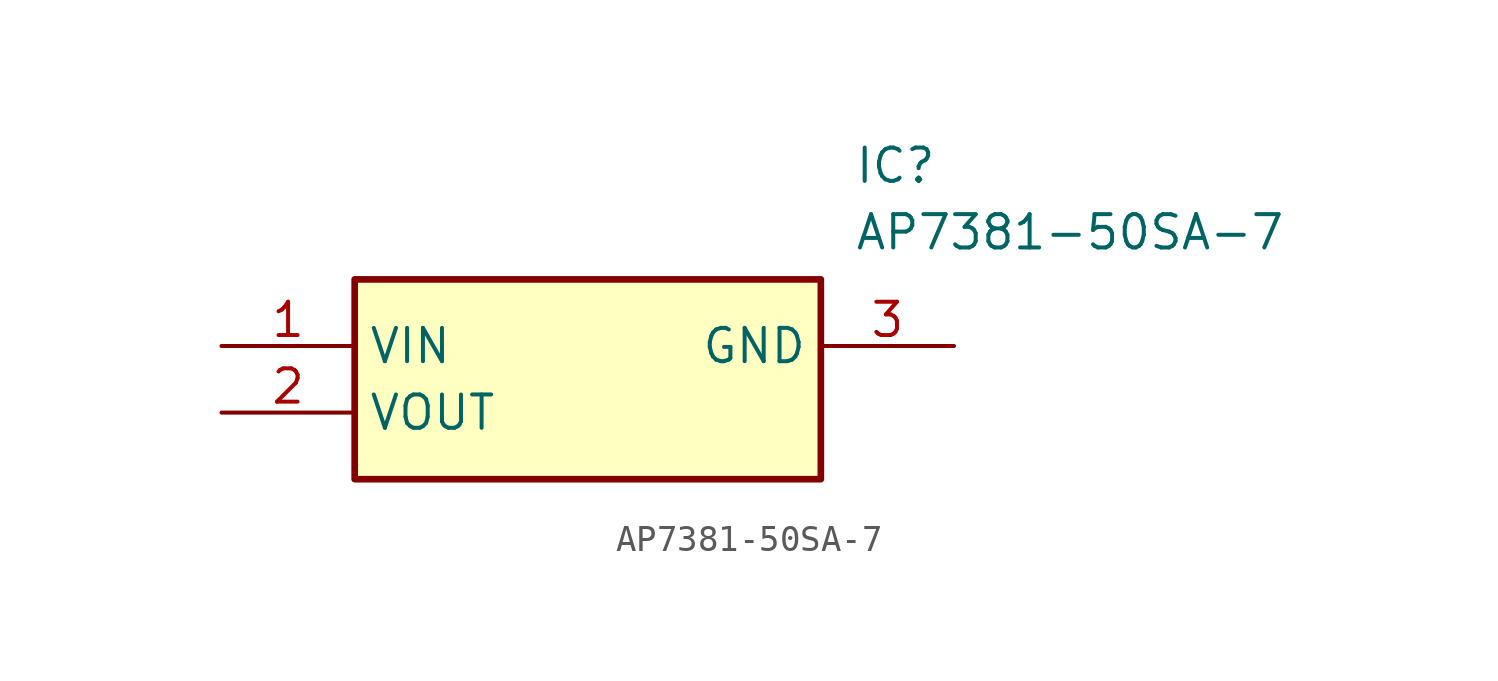
<source format=kicad_sym>
(kicad_symbol_lib
  (version 20231120)
  (generator "kicad_symbol_editor")
  (generator_version "8.0")
  (symbol "AP7381-50SA-7"
    (property "Reference" "IC"
      (at 24.13 7.62 0)
      (effects (font (size 1.27 1.27)) (justify left top)))
    (property "Value" "AP7381-50SA-7"
      (at 24.13 5.08 0)
      (effects (font (size 1.27 1.27)) (justify left top)))
    (symbol "AP7381-50SA-7_1_1"
      (rectangle (start 5.08 2.54) (end 22.86 -5.08) (stroke (width 0.254) (type default)) (fill (type background)))
      (pin passive line (at 0 0 0) (length 5.08) (name "VIN" (effects (font (size 1.27 1.27)))) (number "1" (effects (font (size 1.27 1.27)))))
      (pin passive line (at 0 -2.54 0) (length 5.08) (name "VOUT" (effects (font (size 1.27 1.27)))) (number "2" (effects (font (size 1.27 1.27)))))
      (pin passive line (at 27.94 0 180) (length 5.08) (name "GND" (effects (font (size 1.27 1.27)))) (number "3" (effects (font (size 1.27 1.27))))))))
</source>
